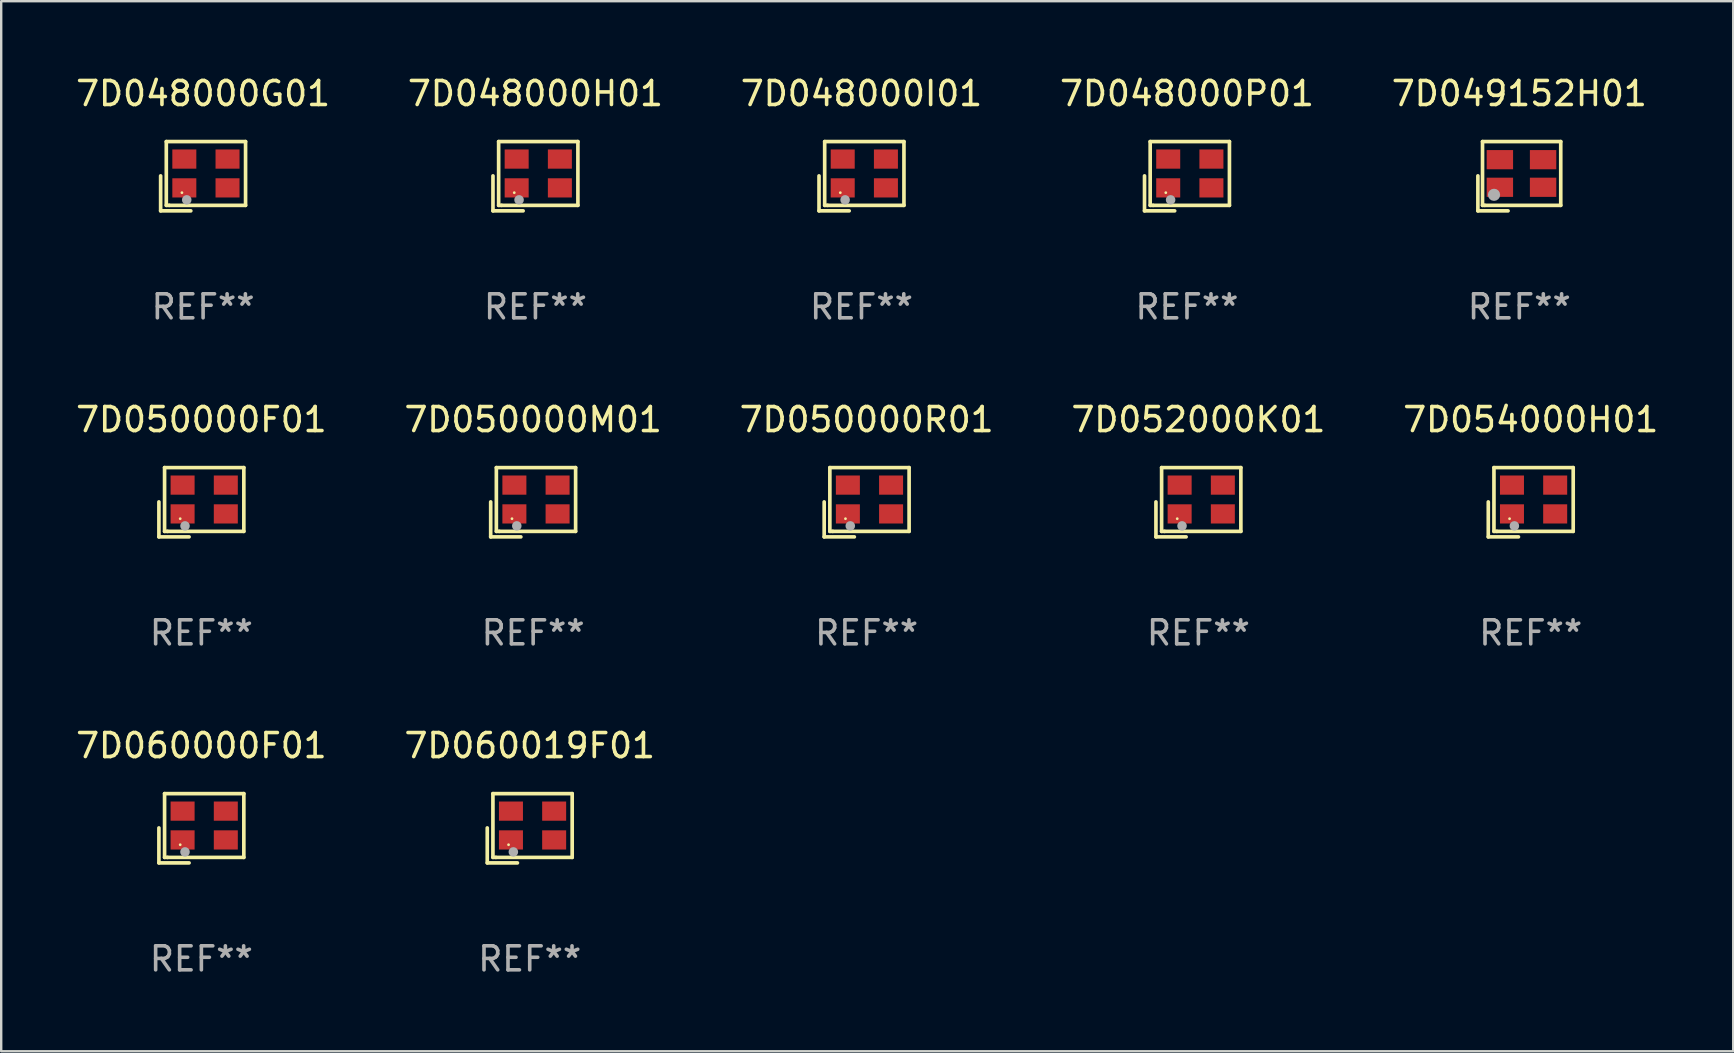
<source format=kicad_pcb>
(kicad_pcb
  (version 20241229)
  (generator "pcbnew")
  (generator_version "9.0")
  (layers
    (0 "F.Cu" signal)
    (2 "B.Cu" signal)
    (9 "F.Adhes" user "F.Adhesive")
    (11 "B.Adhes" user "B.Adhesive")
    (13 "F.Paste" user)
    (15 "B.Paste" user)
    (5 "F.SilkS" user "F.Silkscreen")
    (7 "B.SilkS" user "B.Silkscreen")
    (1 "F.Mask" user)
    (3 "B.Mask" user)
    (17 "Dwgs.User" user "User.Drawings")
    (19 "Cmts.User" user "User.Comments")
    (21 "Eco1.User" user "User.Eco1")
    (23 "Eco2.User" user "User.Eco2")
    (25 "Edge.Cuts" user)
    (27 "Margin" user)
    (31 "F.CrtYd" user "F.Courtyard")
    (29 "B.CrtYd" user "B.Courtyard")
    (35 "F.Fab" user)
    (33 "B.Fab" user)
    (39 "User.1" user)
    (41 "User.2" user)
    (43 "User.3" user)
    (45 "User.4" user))
  (footprint "7D050000R01"
    (layer "F.Cu")
    (at 33.054 17.873)
    (property "Reference" "7D050000R01" (at 0 -3.443 0) (layer "F.SilkS") (effects (font (size 1 1) (thickness 0.15))))
    (attr through_hole)
    (fp_line (start -1.769 -0.014) (end -1.769 1.443) (stroke (width 0.152) (type solid)) (layer "F.SilkS"))
    (fp_line (start -1.769 1.443) (end -0.512 1.443) (stroke (width 0.152) (type solid)) (layer "F.SilkS"))
    (fp_line (start -1.533 -1.443) (end 1.769 -1.443) (stroke (width 0.152) (type solid)) (layer "F.SilkS"))
    (fp_line (start -1.533 1.214) (end -1.533 -1.443) (stroke (width 0.152) (type solid)) (layer "F.SilkS"))
    (fp_line (start -1.411 1.214) (end -1.533 1.214) (stroke (width 0.152) (type solid)) (layer "F.SilkS"))
    (fp_line (start 1.769 -1.443) (end 1.769 1.214) (stroke (width 0.152) (type solid)) (layer "F.SilkS"))
    (fp_line (start 1.769 1.214) (end -1.411 1.214) (stroke (width 0.152) (type solid)) (layer "F.SilkS"))
    (fp_circle (center -0.882 0.686) (end -0.852 0.686) (stroke (width 0.06) (type solid)) (fill no) (layer "F.SilkS"))
    (fp_circle (center -0.682 0.986) (end -0.582 0.986) (stroke (width 0.2) (type solid)) (fill no) (layer "F.Fab"))
    (fp_text user "REF**" (at 0 5.443 0) (layer "F.Fab") (effects (font (size 1 1) (thickness 0.15))))
    (pad "1" smd rect (at -0.782 0.486 90) (size 0.8 1) (layers "F.Cu" "F.Mask" "F.Paste"))
    (pad "2" smd rect (at 1.018 0.486 90) (size 0.8 1) (layers "F.Cu" "F.Mask" "F.Paste"))
    (pad "3" smd rect (at 1.018 -0.714 90) (size 0.8 1) (layers "F.Cu" "F.Mask" "F.Paste"))
    (pad "4" smd rect (at -0.782 -0.714 90) (size 0.8 1) (layers "F.Cu" "F.Mask" "F.Paste")))
  (footprint "7D060000F01"
    (layer "F.Cu")
    (at 5.339 31.455)
    (property "Reference" "7D060000F01" (at 0 -3.443 0) (layer "F.SilkS") (effects (font (size 1 1) (thickness 0.15))))
    (attr through_hole)
    (fp_line (start -1.769 -0.014) (end -1.769 1.443) (stroke (width 0.152) (type solid)) (layer "F.SilkS"))
    (fp_line (start -1.769 1.443) (end -0.512 1.443) (stroke (width 0.152) (type solid)) (layer "F.SilkS"))
    (fp_line (start -1.533 -1.443) (end 1.769 -1.443) (stroke (width 0.152) (type solid)) (layer "F.SilkS"))
    (fp_line (start -1.533 1.214) (end -1.533 -1.443) (stroke (width 0.152) (type solid)) (layer "F.SilkS"))
    (fp_line (start -1.411 1.214) (end -1.533 1.214) (stroke (width 0.152) (type solid)) (layer "F.SilkS"))
    (fp_line (start 1.769 -1.443) (end 1.769 1.214) (stroke (width 0.152) (type solid)) (layer "F.SilkS"))
    (fp_line (start 1.769 1.214) (end -1.411 1.214) (stroke (width 0.152) (type solid)) (layer "F.SilkS"))
    (fp_circle (center -0.882 0.686) (end -0.852 0.686) (stroke (width 0.06) (type solid)) (fill no) (layer "F.SilkS"))
    (fp_circle (center -0.682 0.986) (end -0.582 0.986) (stroke (width 0.2) (type solid)) (fill no) (layer "F.Fab"))
    (fp_text user "REF**" (at 0 5.443 0) (layer "F.Fab") (effects (font (size 1 1) (thickness 0.15))))
    (pad "1" smd rect (at -0.782 0.486 90) (size 0.8 1) (layers "F.Cu" "F.Mask" "F.Paste"))
    (pad "2" smd rect (at 1.018 0.486 90) (size 0.8 1) (layers "F.Cu" "F.Mask" "F.Paste"))
    (pad "3" smd rect (at 1.018 -0.714 90) (size 0.8 1) (layers "F.Cu" "F.Mask" "F.Paste"))
    (pad "4" smd rect (at -0.782 -0.714 90) (size 0.8 1) (layers "F.Cu" "F.Mask" "F.Paste")))
  (footprint "7D049152H01"
    (layer "F.Cu")
    (at 60.244 4.291)
    (property "Reference" "7D049152H01" (at 0 -3.443 0) (layer "F.SilkS") (effects (font (size 1 1) (thickness 0.15))))
    (attr through_hole)
    (fp_line (start -1.726 -0.015) (end -1.726 1.443) (stroke (width 0.152) (type solid)) (layer "F.SilkS"))
    (fp_line (start -1.726 1.443) (end -0.469 1.443) (stroke (width 0.152) (type solid)) (layer "F.SilkS"))
    (fp_line (start -1.533 -1.443) (end 1.726 -1.443) (stroke (width 0.152) (type solid)) (layer "F.SilkS"))
    (fp_line (start -1.533 1.214) (end -1.533 -1.443) (stroke (width 0.152) (type solid)) (layer "F.SilkS"))
    (fp_line (start -1.439 1.214) (end -1.533 1.214) (stroke (width 0.152) (type solid)) (layer "F.SilkS"))
    (fp_line (start 1.726 -1.443) (end 1.726 1.214) (stroke (width 0.152) (type solid)) (layer "F.SilkS"))
    (fp_line (start 1.726 1.214) (end -1.439 1.214) (stroke (width 0.152) (type solid)) (layer "F.SilkS"))
    (fp_circle (center -0.91 0.686) (end -0.88 0.686) (stroke (width 0.06) (type solid)) (fill no) (layer "F.SilkS"))
    (fp_circle (center -1.053 0.775) (end -0.926 0.775) (stroke (width 0.254) (type solid)) (fill no) (layer "F.Fab"))
    (fp_text user "REF**" (at 0 5.443 0) (layer "F.Fab") (effects (font (size 1 1) (thickness 0.15))))
    (pad "1" smd rect (at -0.81 0.461) (size 1.1 0.8) (layers "F.Cu" "F.Mask" "F.Paste"))
    (pad "2" smd rect (at 0.99 0.461) (size 1.1 0.8) (layers "F.Cu" "F.Mask" "F.Paste"))
    (pad "3" smd rect (at 0.99 -0.689) (size 1.1 0.8) (layers "F.Cu" "F.Mask" "F.Paste"))
    (pad "4" smd rect (at -0.81 -0.689) (size 1.1 0.8) (layers "F.Cu" "F.Mask" "F.Paste")))
  (footprint "7D060019F01"
    (layer "F.Cu")
    (at 19.018 31.455)
    (property "Reference" "7D060019F01" (at 0 -3.443 0) (layer "F.SilkS") (effects (font (size 1 1) (thickness 0.15))))
    (attr through_hole)
    (fp_line (start -1.769 -0.014) (end -1.769 1.443) (stroke (width 0.152) (type solid)) (layer "F.SilkS"))
    (fp_line (start -1.769 1.443) (end -0.512 1.443) (stroke (width 0.152) (type solid)) (layer "F.SilkS"))
    (fp_line (start -1.533 -1.443) (end 1.769 -1.443) (stroke (width 0.152) (type solid)) (layer "F.SilkS"))
    (fp_line (start -1.533 1.214) (end -1.533 -1.443) (stroke (width 0.152) (type solid)) (layer "F.SilkS"))
    (fp_line (start -1.411 1.214) (end -1.533 1.214) (stroke (width 0.152) (type solid)) (layer "F.SilkS"))
    (fp_line (start 1.769 -1.443) (end 1.769 1.214) (stroke (width 0.152) (type solid)) (layer "F.SilkS"))
    (fp_line (start 1.769 1.214) (end -1.411 1.214) (stroke (width 0.152) (type solid)) (layer "F.SilkS"))
    (fp_circle (center -0.882 0.686) (end -0.852 0.686) (stroke (width 0.06) (type solid)) (fill no) (layer "F.SilkS"))
    (fp_circle (center -0.682 0.986) (end -0.582 0.986) (stroke (width 0.2) (type solid)) (fill no) (layer "F.Fab"))
    (fp_text user "REF**" (at 0 5.443 0) (layer "F.Fab") (effects (font (size 1 1) (thickness 0.15))))
    (pad "1" smd rect (at -0.782 0.486 90) (size 0.8 1) (layers "F.Cu" "F.Mask" "F.Paste"))
    (pad "2" smd rect (at 1.018 0.486 90) (size 0.8 1) (layers "F.Cu" "F.Mask" "F.Paste"))
    (pad "3" smd rect (at 1.018 -0.714 90) (size 0.8 1) (layers "F.Cu" "F.Mask" "F.Paste"))
    (pad "4" smd rect (at -0.782 -0.714 90) (size 0.8 1) (layers "F.Cu" "F.Mask" "F.Paste")))
  (footprint "7D048000I01"
    (layer "F.Cu")
    (at 32.839 4.291)
    (property "Reference" "7D048000I01" (at 0 -3.443 0) (layer "F.SilkS") (effects (font (size 1 1) (thickness 0.15))))
    (attr through_hole)
    (fp_line (start -1.769 -0.014) (end -1.769 1.443) (stroke (width 0.152) (type solid)) (layer "F.SilkS"))
    (fp_line (start -1.769 1.443) (end -0.512 1.443) (stroke (width 0.152) (type solid)) (layer "F.SilkS"))
    (fp_line (start -1.533 -1.443) (end 1.769 -1.443) (stroke (width 0.152) (type solid)) (layer "F.SilkS"))
    (fp_line (start -1.533 1.214) (end -1.533 -1.443) (stroke (width 0.152) (type solid)) (layer "F.SilkS"))
    (fp_line (start -1.411 1.214) (end -1.533 1.214) (stroke (width 0.152) (type solid)) (layer "F.SilkS"))
    (fp_line (start 1.769 -1.443) (end 1.769 1.214) (stroke (width 0.152) (type solid)) (layer "F.SilkS"))
    (fp_line (start 1.769 1.214) (end -1.411 1.214) (stroke (width 0.152) (type solid)) (layer "F.SilkS"))
    (fp_circle (center -0.882 0.686) (end -0.852 0.686) (stroke (width 0.06) (type solid)) (fill no) (layer "F.SilkS"))
    (fp_circle (center -0.682 0.986) (end -0.582 0.986) (stroke (width 0.2) (type solid)) (fill no) (layer "F.Fab"))
    (fp_text user "REF**" (at 0 5.443 0) (layer "F.Fab") (effects (font (size 1 1) (thickness 0.15))))
    (pad "1" smd rect (at -0.782 0.486 90) (size 0.8 1) (layers "F.Cu" "F.Mask" "F.Paste"))
    (pad "2" smd rect (at 1.018 0.486 90) (size 0.8 1) (layers "F.Cu" "F.Mask" "F.Paste"))
    (pad "3" smd rect (at 1.018 -0.714 90) (size 0.8 1) (layers "F.Cu" "F.Mask" "F.Paste"))
    (pad "4" smd rect (at -0.782 -0.714 90) (size 0.8 1) (layers "F.Cu" "F.Mask" "F.Paste")))
  (footprint "7D048000P01"
    (layer "F.Cu")
    (at 46.399 4.291)
    (property "Reference" "7D048000P01" (at 0 -3.443 0) (layer "F.SilkS") (effects (font (size 1 1) (thickness 0.15))))
    (attr through_hole)
    (fp_line (start -1.769 -0.014) (end -1.769 1.443) (stroke (width 0.152) (type solid)) (layer "F.SilkS"))
    (fp_line (start -1.769 1.443) (end -0.512 1.443) (stroke (width 0.152) (type solid)) (layer "F.SilkS"))
    (fp_line (start -1.533 -1.443) (end 1.769 -1.443) (stroke (width 0.152) (type solid)) (layer "F.SilkS"))
    (fp_line (start -1.533 1.214) (end -1.533 -1.443) (stroke (width 0.152) (type solid)) (layer "F.SilkS"))
    (fp_line (start -1.411 1.214) (end -1.533 1.214) (stroke (width 0.152) (type solid)) (layer "F.SilkS"))
    (fp_line (start 1.769 -1.443) (end 1.769 1.214) (stroke (width 0.152) (type solid)) (layer "F.SilkS"))
    (fp_line (start 1.769 1.214) (end -1.411 1.214) (stroke (width 0.152) (type solid)) (layer "F.SilkS"))
    (fp_circle (center -0.882 0.686) (end -0.852 0.686) (stroke (width 0.06) (type solid)) (fill no) (layer "F.SilkS"))
    (fp_circle (center -0.682 0.986) (end -0.582 0.986) (stroke (width 0.2) (type solid)) (fill no) (layer "F.Fab"))
    (fp_text user "REF**" (at 0 5.443 0) (layer "F.Fab") (effects (font (size 1 1) (thickness 0.15))))
    (pad "1" smd rect (at -0.782 0.486 90) (size 0.8 1) (layers "F.Cu" "F.Mask" "F.Paste"))
    (pad "2" smd rect (at 1.018 0.486 90) (size 0.8 1) (layers "F.Cu" "F.Mask" "F.Paste"))
    (pad "3" smd rect (at 1.018 -0.714 90) (size 0.8 1) (layers "F.Cu" "F.Mask" "F.Paste"))
    (pad "4" smd rect (at -0.782 -0.714 90) (size 0.8 1) (layers "F.Cu" "F.Mask" "F.Paste")))
  (footprint "7D054000H01"
    (layer "F.Cu")
    (at 60.72 17.873)
    (property "Reference" "7D054000H01" (at 0 -3.443 0) (layer "F.SilkS") (effects (font (size 1 1) (thickness 0.15))))
    (attr through_hole)
    (fp_line (start -1.769 -0.014) (end -1.769 1.443) (stroke (width 0.152) (type solid)) (layer "F.SilkS"))
    (fp_line (start -1.769 1.443) (end -0.512 1.443) (stroke (width 0.152) (type solid)) (layer "F.SilkS"))
    (fp_line (start -1.533 -1.443) (end 1.769 -1.443) (stroke (width 0.152) (type solid)) (layer "F.SilkS"))
    (fp_line (start -1.533 1.214) (end -1.533 -1.443) (stroke (width 0.152) (type solid)) (layer "F.SilkS"))
    (fp_line (start -1.411 1.214) (end -1.533 1.214) (stroke (width 0.152) (type solid)) (layer "F.SilkS"))
    (fp_line (start 1.769 -1.443) (end 1.769 1.214) (stroke (width 0.152) (type solid)) (layer "F.SilkS"))
    (fp_line (start 1.769 1.214) (end -1.411 1.214) (stroke (width 0.152) (type solid)) (layer "F.SilkS"))
    (fp_circle (center -0.882 0.686) (end -0.852 0.686) (stroke (width 0.06) (type solid)) (fill no) (layer "F.SilkS"))
    (fp_circle (center -0.682 0.986) (end -0.582 0.986) (stroke (width 0.2) (type solid)) (fill no) (layer "F.Fab"))
    (fp_text user "REF**" (at 0 5.443 0) (layer "F.Fab") (effects (font (size 1 1) (thickness 0.15))))
    (pad "1" smd rect (at -0.782 0.486 90) (size 0.8 1) (layers "F.Cu" "F.Mask" "F.Paste"))
    (pad "2" smd rect (at 1.018 0.486 90) (size 0.8 1) (layers "F.Cu" "F.Mask" "F.Paste"))
    (pad "3" smd rect (at 1.018 -0.714 90) (size 0.8 1) (layers "F.Cu" "F.Mask" "F.Paste"))
    (pad "4" smd rect (at -0.782 -0.714 90) (size 0.8 1) (layers "F.Cu" "F.Mask" "F.Paste")))
  (footprint "7D052000K01"
    (layer "F.Cu")
    (at 46.875 17.873)
    (property "Reference" "7D052000K01" (at 0 -3.443 0) (layer "F.SilkS") (effects (font (size 1 1) (thickness 0.15))))
    (attr through_hole)
    (fp_line (start -1.769 -0.014) (end -1.769 1.443) (stroke (width 0.152) (type solid)) (layer "F.SilkS"))
    (fp_line (start -1.769 1.443) (end -0.512 1.443) (stroke (width 0.152) (type solid)) (layer "F.SilkS"))
    (fp_line (start -1.533 -1.443) (end 1.769 -1.443) (stroke (width 0.152) (type solid)) (layer "F.SilkS"))
    (fp_line (start -1.533 1.214) (end -1.533 -1.443) (stroke (width 0.152) (type solid)) (layer "F.SilkS"))
    (fp_line (start -1.411 1.214) (end -1.533 1.214) (stroke (width 0.152) (type solid)) (layer "F.SilkS"))
    (fp_line (start 1.769 -1.443) (end 1.769 1.214) (stroke (width 0.152) (type solid)) (layer "F.SilkS"))
    (fp_line (start 1.769 1.214) (end -1.411 1.214) (stroke (width 0.152) (type solid)) (layer "F.SilkS"))
    (fp_circle (center -0.882 0.686) (end -0.852 0.686) (stroke (width 0.06) (type solid)) (fill no) (layer "F.SilkS"))
    (fp_circle (center -0.682 0.986) (end -0.582 0.986) (stroke (width 0.2) (type solid)) (fill no) (layer "F.Fab"))
    (fp_text user "REF**" (at 0 5.443 0) (layer "F.Fab") (effects (font (size 1 1) (thickness 0.15))))
    (pad "1" smd rect (at -0.782 0.486 90) (size 0.8 1) (layers "F.Cu" "F.Mask" "F.Paste"))
    (pad "2" smd rect (at 1.018 0.486 90) (size 0.8 1) (layers "F.Cu" "F.Mask" "F.Paste"))
    (pad "3" smd rect (at 1.018 -0.714 90) (size 0.8 1) (layers "F.Cu" "F.Mask" "F.Paste"))
    (pad "4" smd rect (at -0.782 -0.714 90) (size 0.8 1) (layers "F.Cu" "F.Mask" "F.Paste")))
  (footprint "7D050000F01"
    (layer "F.Cu")
    (at 5.339 17.873)
    (property "Reference" "7D050000F01" (at 0 -3.443 0) (layer "F.SilkS") (effects (font (size 1 1) (thickness 0.15))))
    (attr through_hole)
    (fp_line (start -1.769 -0.014) (end -1.769 1.443) (stroke (width 0.152) (type solid)) (layer "F.SilkS"))
    (fp_line (start -1.769 1.443) (end -0.512 1.443) (stroke (width 0.152) (type solid)) (layer "F.SilkS"))
    (fp_line (start -1.533 -1.443) (end 1.769 -1.443) (stroke (width 0.152) (type solid)) (layer "F.SilkS"))
    (fp_line (start -1.533 1.214) (end -1.533 -1.443) (stroke (width 0.152) (type solid)) (layer "F.SilkS"))
    (fp_line (start -1.411 1.214) (end -1.533 1.214) (stroke (width 0.152) (type solid)) (layer "F.SilkS"))
    (fp_line (start 1.769 -1.443) (end 1.769 1.214) (stroke (width 0.152) (type solid)) (layer "F.SilkS"))
    (fp_line (start 1.769 1.214) (end -1.411 1.214) (stroke (width 0.152) (type solid)) (layer "F.SilkS"))
    (fp_circle (center -0.882 0.686) (end -0.852 0.686) (stroke (width 0.06) (type solid)) (fill no) (layer "F.SilkS"))
    (fp_circle (center -0.682 0.986) (end -0.582 0.986) (stroke (width 0.2) (type solid)) (fill no) (layer "F.Fab"))
    (fp_text user "REF**" (at 0 5.443 0) (layer "F.Fab") (effects (font (size 1 1) (thickness 0.15))))
    (pad "1" smd rect (at -0.782 0.486 90) (size 0.8 1) (layers "F.Cu" "F.Mask" "F.Paste"))
    (pad "2" smd rect (at 1.018 0.486 90) (size 0.8 1) (layers "F.Cu" "F.Mask" "F.Paste"))
    (pad "3" smd rect (at 1.018 -0.714 90) (size 0.8 1) (layers "F.Cu" "F.Mask" "F.Paste"))
    (pad "4" smd rect (at -0.782 -0.714 90) (size 0.8 1) (layers "F.Cu" "F.Mask" "F.Paste")))
  (footprint "7D048000G01"
    (layer "F.Cu")
    (at 5.411 4.291)
    (property "Reference" "7D048000G01" (at 0 -3.443 0) (layer "F.SilkS") (effects (font (size 1 1) (thickness 0.15))))
    (attr through_hole)
    (fp_line (start -1.769 -0.014) (end -1.769 1.443) (stroke (width 0.152) (type solid)) (layer "F.SilkS"))
    (fp_line (start -1.769 1.443) (end -0.512 1.443) (stroke (width 0.152) (type solid)) (layer "F.SilkS"))
    (fp_line (start -1.533 -1.443) (end 1.769 -1.443) (stroke (width 0.152) (type solid)) (layer "F.SilkS"))
    (fp_line (start -1.533 1.214) (end -1.533 -1.443) (stroke (width 0.152) (type solid)) (layer "F.SilkS"))
    (fp_line (start -1.411 1.214) (end -1.533 1.214) (stroke (width 0.152) (type solid)) (layer "F.SilkS"))
    (fp_line (start 1.769 -1.443) (end 1.769 1.214) (stroke (width 0.152) (type solid)) (layer "F.SilkS"))
    (fp_line (start 1.769 1.214) (end -1.411 1.214) (stroke (width 0.152) (type solid)) (layer "F.SilkS"))
    (fp_circle (center -0.882 0.686) (end -0.852 0.686) (stroke (width 0.06) (type solid)) (fill no) (layer "F.SilkS"))
    (fp_circle (center -0.682 0.986) (end -0.582 0.986) (stroke (width 0.2) (type solid)) (fill no) (layer "F.Fab"))
    (fp_text user "REF**" (at 0 5.443 0) (layer "F.Fab") (effects (font (size 1 1) (thickness 0.15))))
    (pad "1" smd rect (at -0.782 0.486 90) (size 0.8 1) (layers "F.Cu" "F.Mask" "F.Paste"))
    (pad "2" smd rect (at 1.018 0.486 90) (size 0.8 1) (layers "F.Cu" "F.Mask" "F.Paste"))
    (pad "3" smd rect (at 1.018 -0.714 90) (size 0.8 1) (layers "F.Cu" "F.Mask" "F.Paste"))
    (pad "4" smd rect (at -0.782 -0.714 90) (size 0.8 1) (layers "F.Cu" "F.Mask" "F.Paste")))
  (footprint "7D048000H01"
    (layer "F.Cu")
    (at 19.256 4.291)
    (property "Reference" "7D048000H01" (at 0 -3.443 0) (layer "F.SilkS") (effects (font (size 1 1) (thickness 0.15))))
    (attr through_hole)
    (fp_line (start -1.769 -0.014) (end -1.769 1.443) (stroke (width 0.152) (type solid)) (layer "F.SilkS"))
    (fp_line (start -1.769 1.443) (end -0.512 1.443) (stroke (width 0.152) (type solid)) (layer "F.SilkS"))
    (fp_line (start -1.533 -1.443) (end 1.769 -1.443) (stroke (width 0.152) (type solid)) (layer "F.SilkS"))
    (fp_line (start -1.533 1.214) (end -1.533 -1.443) (stroke (width 0.152) (type solid)) (layer "F.SilkS"))
    (fp_line (start -1.411 1.214) (end -1.533 1.214) (stroke (width 0.152) (type solid)) (layer "F.SilkS"))
    (fp_line (start 1.769 -1.443) (end 1.769 1.214) (stroke (width 0.152) (type solid)) (layer "F.SilkS"))
    (fp_line (start 1.769 1.214) (end -1.411 1.214) (stroke (width 0.152) (type solid)) (layer "F.SilkS"))
    (fp_circle (center -0.882 0.686) (end -0.852 0.686) (stroke (width 0.06) (type solid)) (fill no) (layer "F.SilkS"))
    (fp_circle (center -0.682 0.986) (end -0.582 0.986) (stroke (width 0.2) (type solid)) (fill no) (layer "F.Fab"))
    (fp_text user "REF**" (at 0 5.443 0) (layer "F.Fab") (effects (font (size 1 1) (thickness 0.15))))
    (pad "1" smd rect (at -0.782 0.486 90) (size 0.8 1) (layers "F.Cu" "F.Mask" "F.Paste"))
    (pad "2" smd rect (at 1.018 0.486 90) (size 0.8 1) (layers "F.Cu" "F.Mask" "F.Paste"))
    (pad "3" smd rect (at 1.018 -0.714 90) (size 0.8 1) (layers "F.Cu" "F.Mask" "F.Paste"))
    (pad "4" smd rect (at -0.782 -0.714 90) (size 0.8 1) (layers "F.Cu" "F.Mask" "F.Paste")))
  (footprint "7D050000M01"
    (layer "F.Cu")
    (at 19.161 17.873)
    (property "Reference" "7D050000M01" (at 0 -3.443 0) (layer "F.SilkS") (effects (font (size 1 1) (thickness 0.15))))
    (attr through_hole)
    (fp_line (start -1.769 -0.014) (end -1.769 1.443) (stroke (width 0.152) (type solid)) (layer "F.SilkS"))
    (fp_line (start -1.769 1.443) (end -0.512 1.443) (stroke (width 0.152) (type solid)) (layer "F.SilkS"))
    (fp_line (start -1.533 -1.443) (end 1.769 -1.443) (stroke (width 0.152) (type solid)) (layer "F.SilkS"))
    (fp_line (start -1.533 1.214) (end -1.533 -1.443) (stroke (width 0.152) (type solid)) (layer "F.SilkS"))
    (fp_line (start -1.411 1.214) (end -1.533 1.214) (stroke (width 0.152) (type solid)) (layer "F.SilkS"))
    (fp_line (start 1.769 -1.443) (end 1.769 1.214) (stroke (width 0.152) (type solid)) (layer "F.SilkS"))
    (fp_line (start 1.769 1.214) (end -1.411 1.214) (stroke (width 0.152) (type solid)) (layer "F.SilkS"))
    (fp_circle (center -0.882 0.686) (end -0.852 0.686) (stroke (width 0.06) (type solid)) (fill no) (layer "F.SilkS"))
    (fp_circle (center -0.682 0.986) (end -0.582 0.986) (stroke (width 0.2) (type solid)) (fill no) (layer "F.Fab"))
    (fp_text user "REF**" (at 0 5.443 0) (layer "F.Fab") (effects (font (size 1 1) (thickness 0.15))))
    (pad "1" smd rect (at -0.782 0.486 90) (size 0.8 1) (layers "F.Cu" "F.Mask" "F.Paste"))
    (pad "2" smd rect (at 1.018 0.486 90) (size 0.8 1) (layers "F.Cu" "F.Mask" "F.Paste"))
    (pad "3" smd rect (at 1.018 -0.714 90) (size 0.8 1) (layers "F.Cu" "F.Mask" "F.Paste"))
    (pad "4" smd rect (at -0.782 -0.714 90) (size 0.8 1) (layers "F.Cu" "F.Mask" "F.Paste")))
  (gr_rect
    (start -3 -3)
    (end 69.155 40.746)
    (stroke (width 0.1) (type default))
    (fill no)
    (layer "Edge.Cuts")))
</source>
